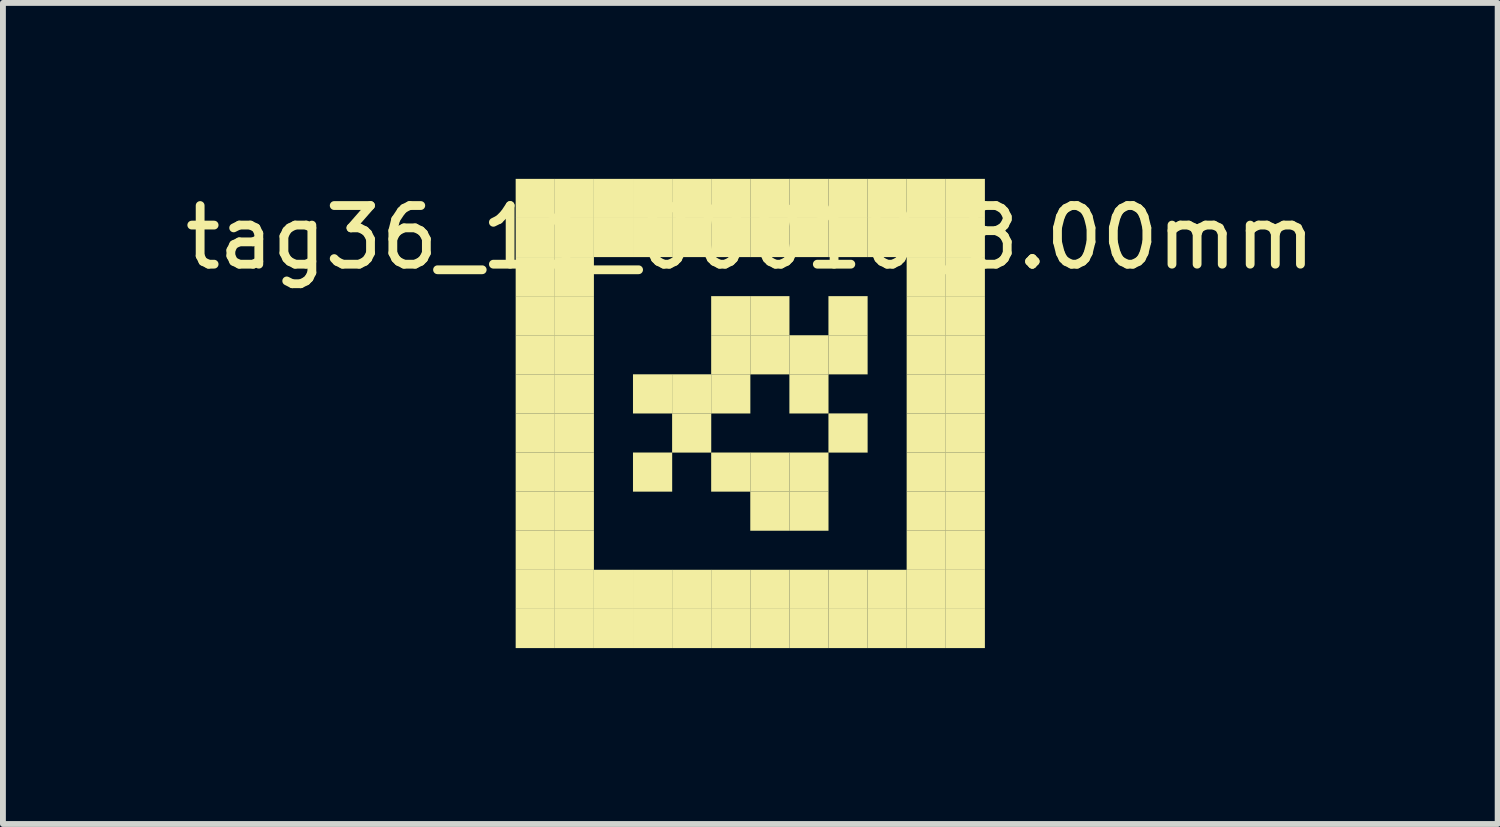
<source format=kicad_pcb>
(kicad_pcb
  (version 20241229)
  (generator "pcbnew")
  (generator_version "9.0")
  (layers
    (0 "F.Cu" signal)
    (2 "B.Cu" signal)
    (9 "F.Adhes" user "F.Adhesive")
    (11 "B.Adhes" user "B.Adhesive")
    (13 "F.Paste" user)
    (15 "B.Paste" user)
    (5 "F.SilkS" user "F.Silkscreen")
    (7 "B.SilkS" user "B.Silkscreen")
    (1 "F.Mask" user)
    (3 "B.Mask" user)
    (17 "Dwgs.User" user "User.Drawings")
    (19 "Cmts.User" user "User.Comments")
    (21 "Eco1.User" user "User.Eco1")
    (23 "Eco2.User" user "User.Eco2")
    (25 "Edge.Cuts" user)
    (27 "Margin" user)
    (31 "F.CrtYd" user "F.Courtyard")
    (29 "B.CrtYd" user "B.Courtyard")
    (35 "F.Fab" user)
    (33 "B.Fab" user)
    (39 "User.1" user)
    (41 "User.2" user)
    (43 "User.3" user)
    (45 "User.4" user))
  (footprint "tag36_11_00010_8.00mm"
    (layer "F.Cu")
    (at 9.744 4)
    (property "Reference" "tag36_11_00010_8.00mm" (at 0 -3 0) (layer "F.SilkS") (effects (font (size 1 1) (thickness 0.15))))
    (attr through_hole)
    (fp_poly (pts (xy -4 -4) (xy -3.333 -4) (xy -3.333 -3.333) (xy -4 -3.333)) (stroke (width 0.001) (type solid)) (fill yes) (layer "F.SilkS"))
    (fp_poly (pts (xy -4 -3.333) (xy -3.333 -3.333) (xy -3.333 -2.667) (xy -4 -2.667)) (stroke (width 0.001) (type solid)) (fill yes) (layer "F.SilkS"))
    (fp_poly (pts (xy -4 -2.667) (xy -3.333 -2.667) (xy -3.333 -2) (xy -4 -2)) (stroke (width 0.001) (type solid)) (fill yes) (layer "F.SilkS"))
    (fp_poly (pts (xy -4 -2) (xy -3.333 -2) (xy -3.333 -1.333) (xy -4 -1.333)) (stroke (width 0.001) (type solid)) (fill yes) (layer "F.SilkS"))
    (fp_poly (pts (xy -4 -1.333) (xy -3.333 -1.333) (xy -3.333 -0.667) (xy -4 -0.667)) (stroke (width 0.001) (type solid)) (fill yes) (layer "F.SilkS"))
    (fp_poly (pts (xy -4 -0.667) (xy -3.333 -0.667) (xy -3.333 0) (xy -4 0)) (stroke (width 0.001) (type solid)) (fill yes) (layer "F.SilkS"))
    (fp_poly (pts (xy -4 0) (xy -3.333 0) (xy -3.333 0.667) (xy -4 0.667)) (stroke (width 0.001) (type solid)) (fill yes) (layer "F.SilkS"))
    (fp_poly (pts (xy -4 0.667) (xy -3.333 0.667) (xy -3.333 1.333) (xy -4 1.333)) (stroke (width 0.001) (type solid)) (fill yes) (layer "F.SilkS"))
    (fp_poly (pts (xy -4 1.333) (xy -3.333 1.333) (xy -3.333 2) (xy -4 2)) (stroke (width 0.001) (type solid)) (fill yes) (layer "F.SilkS"))
    (fp_poly (pts (xy -4 2) (xy -3.333 2) (xy -3.333 2.667) (xy -4 2.667)) (stroke (width 0.001) (type solid)) (fill yes) (layer "F.SilkS"))
    (fp_poly (pts (xy -4 2.667) (xy -3.333 2.667) (xy -3.333 3.333) (xy -4 3.333)) (stroke (width 0.001) (type solid)) (fill yes) (layer "F.SilkS"))
    (fp_poly (pts (xy -4 3.333) (xy -3.333 3.333) (xy -3.333 4) (xy -4 4)) (stroke (width 0.001) (type solid)) (fill yes) (layer "F.SilkS"))
    (fp_poly (pts (xy -3.333 -4) (xy -2.667 -4) (xy -2.667 -3.333) (xy -3.333 -3.333)) (stroke (width 0.001) (type solid)) (fill yes) (layer "F.SilkS"))
    (fp_poly (pts (xy -3.333 -3.333) (xy -2.667 -3.333) (xy -2.667 -2.667) (xy -3.333 -2.667)) (stroke (width 0.001) (type solid)) (fill yes) (layer "F.SilkS"))
    (fp_poly (pts (xy -3.333 -2.667) (xy -2.667 -2.667) (xy -2.667 -2) (xy -3.333 -2)) (stroke (width 0.001) (type solid)) (fill yes) (layer "F.SilkS"))
    (fp_poly (pts (xy -3.333 -2) (xy -2.667 -2) (xy -2.667 -1.333) (xy -3.333 -1.333)) (stroke (width 0.001) (type solid)) (fill yes) (layer "F.SilkS"))
    (fp_poly (pts (xy -3.333 -1.333) (xy -2.667 -1.333) (xy -2.667 -0.667) (xy -3.333 -0.667)) (stroke (width 0.001) (type solid)) (fill yes) (layer "F.SilkS"))
    (fp_poly (pts (xy -3.333 -0.667) (xy -2.667 -0.667) (xy -2.667 0) (xy -3.333 0)) (stroke (width 0.001) (type solid)) (fill yes) (layer "F.SilkS"))
    (fp_poly (pts (xy -3.333 0) (xy -2.667 0) (xy -2.667 0.667) (xy -3.333 0.667)) (stroke (width 0.001) (type solid)) (fill yes) (layer "F.SilkS"))
    (fp_poly (pts (xy -3.333 0.667) (xy -2.667 0.667) (xy -2.667 1.333) (xy -3.333 1.333)) (stroke (width 0.001) (type solid)) (fill yes) (layer "F.SilkS"))
    (fp_poly (pts (xy -3.333 1.333) (xy -2.667 1.333) (xy -2.667 2) (xy -3.333 2)) (stroke (width 0.001) (type solid)) (fill yes) (layer "F.SilkS"))
    (fp_poly (pts (xy -3.333 2) (xy -2.667 2) (xy -2.667 2.667) (xy -3.333 2.667)) (stroke (width 0.001) (type solid)) (fill yes) (layer "F.SilkS"))
    (fp_poly (pts (xy -3.333 2.667) (xy -2.667 2.667) (xy -2.667 3.333) (xy -3.333 3.333)) (stroke (width 0.001) (type solid)) (fill yes) (layer "F.SilkS"))
    (fp_poly (pts (xy -3.333 3.333) (xy -2.667 3.333) (xy -2.667 4) (xy -3.333 4)) (stroke (width 0.001) (type solid)) (fill yes) (layer "F.SilkS"))
    (fp_poly (pts (xy -2.667 -4) (xy -2 -4) (xy -2 -3.333) (xy -2.667 -3.333)) (stroke (width 0.001) (type solid)) (fill yes) (layer "F.SilkS"))
    (fp_poly (pts (xy -2.667 -3.333) (xy -2 -3.333) (xy -2 -2.667) (xy -2.667 -2.667)) (stroke (width 0.001) (type solid)) (fill yes) (layer "F.SilkS"))
    (fp_poly (pts (xy -2.667 2.667) (xy -2 2.667) (xy -2 3.333) (xy -2.667 3.333)) (stroke (width 0.001) (type solid)) (fill yes) (layer "F.SilkS"))
    (fp_poly (pts (xy -2.667 3.333) (xy -2 3.333) (xy -2 4) (xy -2.667 4)) (stroke (width 0.001) (type solid)) (fill yes) (layer "F.SilkS"))
    (fp_poly (pts (xy -2 -4) (xy -1.333 -4) (xy -1.333 -3.333) (xy -2 -3.333)) (stroke (width 0.001) (type solid)) (fill yes) (layer "F.SilkS"))
    (fp_poly (pts (xy -2 -3.333) (xy -1.333 -3.333) (xy -1.333 -2.667) (xy -2 -2.667)) (stroke (width 0.001) (type solid)) (fill yes) (layer "F.SilkS"))
    (fp_poly (pts (xy -2 -0.667) (xy -1.333 -0.667) (xy -1.333 0) (xy -2 0)) (stroke (width 0.001) (type solid)) (fill yes) (layer "F.SilkS"))
    (fp_poly (pts (xy -2 0.667) (xy -1.333 0.667) (xy -1.333 1.333) (xy -2 1.333)) (stroke (width 0.001) (type solid)) (fill yes) (layer "F.SilkS"))
    (fp_poly (pts (xy -2 2.667) (xy -1.333 2.667) (xy -1.333 3.333) (xy -2 3.333)) (stroke (width 0.001) (type solid)) (fill yes) (layer "F.SilkS"))
    (fp_poly (pts (xy -2 3.333) (xy -1.333 3.333) (xy -1.333 4) (xy -2 4)) (stroke (width 0.001) (type solid)) (fill yes) (layer "F.SilkS"))
    (fp_poly (pts (xy -1.333 -4) (xy -0.667 -4) (xy -0.667 -3.333) (xy -1.333 -3.333)) (stroke (width 0.001) (type solid)) (fill yes) (layer "F.SilkS"))
    (fp_poly (pts (xy -1.333 -3.333) (xy -0.667 -3.333) (xy -0.667 -2.667) (xy -1.333 -2.667)) (stroke (width 0.001) (type solid)) (fill yes) (layer "F.SilkS"))
    (fp_poly (pts (xy -1.333 -0.667) (xy -0.667 -0.667) (xy -0.667 0) (xy -1.333 0)) (stroke (width 0.001) (type solid)) (fill yes) (layer "F.SilkS"))
    (fp_poly (pts (xy -1.333 0) (xy -0.667 0) (xy -0.667 0.667) (xy -1.333 0.667)) (stroke (width 0.001) (type solid)) (fill yes) (layer "F.SilkS"))
    (fp_poly (pts (xy -1.333 2.667) (xy -0.667 2.667) (xy -0.667 3.333) (xy -1.333 3.333)) (stroke (width 0.001) (type solid)) (fill yes) (layer "F.SilkS"))
    (fp_poly (pts (xy -1.333 3.333) (xy -0.667 3.333) (xy -0.667 4) (xy -1.333 4)) (stroke (width 0.001) (type solid)) (fill yes) (layer "F.SilkS"))
    (fp_poly (pts (xy -0.667 -4) (xy 0 -4) (xy 0 -3.333) (xy -0.667 -3.333)) (stroke (width 0.001) (type solid)) (fill yes) (layer "F.SilkS"))
    (fp_poly (pts (xy -0.667 -3.333) (xy 0 -3.333) (xy 0 -2.667) (xy -0.667 -2.667)) (stroke (width 0.001) (type solid)) (fill yes) (layer "F.SilkS"))
    (fp_poly (pts (xy -0.667 -2) (xy 0 -2) (xy 0 -1.333) (xy -0.667 -1.333)) (stroke (width 0.001) (type solid)) (fill yes) (layer "F.SilkS"))
    (fp_poly (pts (xy -0.667 -1.333) (xy 0 -1.333) (xy 0 -0.667) (xy -0.667 -0.667)) (stroke (width 0.001) (type solid)) (fill yes) (layer "F.SilkS"))
    (fp_poly (pts (xy -0.667 -0.667) (xy 0 -0.667) (xy 0 0) (xy -0.667 0)) (stroke (width 0.001) (type solid)) (fill yes) (layer "F.SilkS"))
    (fp_poly (pts (xy -0.667 0.667) (xy 0 0.667) (xy 0 1.333) (xy -0.667 1.333)) (stroke (width 0.001) (type solid)) (fill yes) (layer "F.SilkS"))
    (fp_poly (pts (xy -0.667 2.667) (xy 0 2.667) (xy 0 3.333) (xy -0.667 3.333)) (stroke (width 0.001) (type solid)) (fill yes) (layer "F.SilkS"))
    (fp_poly (pts (xy -0.667 3.333) (xy 0 3.333) (xy 0 4) (xy -0.667 4)) (stroke (width 0.001) (type solid)) (fill yes) (layer "F.SilkS"))
    (fp_poly (pts (xy 0 -4) (xy 0.667 -4) (xy 0.667 -3.333) (xy 0 -3.333)) (stroke (width 0.001) (type solid)) (fill yes) (layer "F.SilkS"))
    (fp_poly (pts (xy 0 -3.333) (xy 0.667 -3.333) (xy 0.667 -2.667) (xy 0 -2.667)) (stroke (width 0.001) (type solid)) (fill yes) (layer "F.SilkS"))
    (fp_poly (pts (xy 0 -2) (xy 0.667 -2) (xy 0.667 -1.333) (xy 0 -1.333)) (stroke (width 0.001) (type solid)) (fill yes) (layer "F.SilkS"))
    (fp_poly (pts (xy 0 -1.333) (xy 0.667 -1.333) (xy 0.667 -0.667) (xy 0 -0.667)) (stroke (width 0.001) (type solid)) (fill yes) (layer "F.SilkS"))
    (fp_poly (pts (xy 0 0.667) (xy 0.667 0.667) (xy 0.667 1.333) (xy 0 1.333)) (stroke (width 0.001) (type solid)) (fill yes) (layer "F.SilkS"))
    (fp_poly (pts (xy 0 1.333) (xy 0.667 1.333) (xy 0.667 2) (xy 0 2)) (stroke (width 0.001) (type solid)) (fill yes) (layer "F.SilkS"))
    (fp_poly (pts (xy 0 2.667) (xy 0.667 2.667) (xy 0.667 3.333) (xy 0 3.333)) (stroke (width 0.001) (type solid)) (fill yes) (layer "F.SilkS"))
    (fp_poly (pts (xy 0 3.333) (xy 0.667 3.333) (xy 0.667 4) (xy 0 4)) (stroke (width 0.001) (type solid)) (fill yes) (layer "F.SilkS"))
    (fp_poly (pts (xy 0.667 -4) (xy 1.333 -4) (xy 1.333 -3.333) (xy 0.667 -3.333)) (stroke (width 0.001) (type solid)) (fill yes) (layer "F.SilkS"))
    (fp_poly (pts (xy 0.667 -3.333) (xy 1.333 -3.333) (xy 1.333 -2.667) (xy 0.667 -2.667)) (stroke (width 0.001) (type solid)) (fill yes) (layer "F.SilkS"))
    (fp_poly (pts (xy 0.667 -1.333) (xy 1.333 -1.333) (xy 1.333 -0.667) (xy 0.667 -0.667)) (stroke (width 0.001) (type solid)) (fill yes) (layer "F.SilkS"))
    (fp_poly (pts (xy 0.667 -0.667) (xy 1.333 -0.667) (xy 1.333 0) (xy 0.667 0)) (stroke (width 0.001) (type solid)) (fill yes) (layer "F.SilkS"))
    (fp_poly (pts (xy 0.667 0.667) (xy 1.333 0.667) (xy 1.333 1.333) (xy 0.667 1.333)) (stroke (width 0.001) (type solid)) (fill yes) (layer "F.SilkS"))
    (fp_poly (pts (xy 0.667 1.333) (xy 1.333 1.333) (xy 1.333 2) (xy 0.667 2)) (stroke (width 0.001) (type solid)) (fill yes) (layer "F.SilkS"))
    (fp_poly (pts (xy 0.667 2.667) (xy 1.333 2.667) (xy 1.333 3.333) (xy 0.667 3.333)) (stroke (width 0.001) (type solid)) (fill yes) (layer "F.SilkS"))
    (fp_poly (pts (xy 0.667 3.333) (xy 1.333 3.333) (xy 1.333 4) (xy 0.667 4)) (stroke (width 0.001) (type solid)) (fill yes) (layer "F.SilkS"))
    (fp_poly (pts (xy 1.333 -4) (xy 2 -4) (xy 2 -3.333) (xy 1.333 -3.333)) (stroke (width 0.001) (type solid)) (fill yes) (layer "F.SilkS"))
    (fp_poly (pts (xy 1.333 -3.333) (xy 2 -3.333) (xy 2 -2.667) (xy 1.333 -2.667)) (stroke (width 0.001) (type solid)) (fill yes) (layer "F.SilkS"))
    (fp_poly (pts (xy 1.333 -2) (xy 2 -2) (xy 2 -1.333) (xy 1.333 -1.333)) (stroke (width 0.001) (type solid)) (fill yes) (layer "F.SilkS"))
    (fp_poly (pts (xy 1.333 -1.333) (xy 2 -1.333) (xy 2 -0.667) (xy 1.333 -0.667)) (stroke (width 0.001) (type solid)) (fill yes) (layer "F.SilkS"))
    (fp_poly (pts (xy 1.333 0) (xy 2 0) (xy 2 0.667) (xy 1.333 0.667)) (stroke (width 0.001) (type solid)) (fill yes) (layer "F.SilkS"))
    (fp_poly (pts (xy 1.333 2.667) (xy 2 2.667) (xy 2 3.333) (xy 1.333 3.333)) (stroke (width 0.001) (type solid)) (fill yes) (layer "F.SilkS"))
    (fp_poly (pts (xy 1.333 3.333) (xy 2 3.333) (xy 2 4) (xy 1.333 4)) (stroke (width 0.001) (type solid)) (fill yes) (layer "F.SilkS"))
    (fp_poly (pts (xy 2 -4) (xy 2.667 -4) (xy 2.667 -3.333) (xy 2 -3.333)) (stroke (width 0.001) (type solid)) (fill yes) (layer "F.SilkS"))
    (fp_poly (pts (xy 2 -3.333) (xy 2.667 -3.333) (xy 2.667 -2.667) (xy 2 -2.667)) (stroke (width 0.001) (type solid)) (fill yes) (layer "F.SilkS"))
    (fp_poly (pts (xy 2 2.667) (xy 2.667 2.667) (xy 2.667 3.333) (xy 2 3.333)) (stroke (width 0.001) (type solid)) (fill yes) (layer "F.SilkS"))
    (fp_poly (pts (xy 2 3.333) (xy 2.667 3.333) (xy 2.667 4) (xy 2 4)) (stroke (width 0.001) (type solid)) (fill yes) (layer "F.SilkS"))
    (fp_poly (pts (xy 2.667 -4) (xy 3.333 -4) (xy 3.333 -3.333) (xy 2.667 -3.333)) (stroke (width 0.001) (type solid)) (fill yes) (layer "F.SilkS"))
    (fp_poly (pts (xy 2.667 -3.333) (xy 3.333 -3.333) (xy 3.333 -2.667) (xy 2.667 -2.667)) (stroke (width 0.001) (type solid)) (fill yes) (layer "F.SilkS"))
    (fp_poly (pts (xy 2.667 -2.667) (xy 3.333 -2.667) (xy 3.333 -2) (xy 2.667 -2)) (stroke (width 0.001) (type solid)) (fill yes) (layer "F.SilkS"))
    (fp_poly (pts (xy 2.667 -2) (xy 3.333 -2) (xy 3.333 -1.333) (xy 2.667 -1.333)) (stroke (width 0.001) (type solid)) (fill yes) (layer "F.SilkS"))
    (fp_poly (pts (xy 2.667 -1.333) (xy 3.333 -1.333) (xy 3.333 -0.667) (xy 2.667 -0.667)) (stroke (width 0.001) (type solid)) (fill yes) (layer "F.SilkS"))
    (fp_poly (pts (xy 2.667 -0.667) (xy 3.333 -0.667) (xy 3.333 0) (xy 2.667 0)) (stroke (width 0.001) (type solid)) (fill yes) (layer "F.SilkS"))
    (fp_poly (pts (xy 2.667 0) (xy 3.333 0) (xy 3.333 0.667) (xy 2.667 0.667)) (stroke (width 0.001) (type solid)) (fill yes) (layer "F.SilkS"))
    (fp_poly (pts (xy 2.667 0.667) (xy 3.333 0.667) (xy 3.333 1.333) (xy 2.667 1.333)) (stroke (width 0.001) (type solid)) (fill yes) (layer "F.SilkS"))
    (fp_poly (pts (xy 2.667 1.333) (xy 3.333 1.333) (xy 3.333 2) (xy 2.667 2)) (stroke (width 0.001) (type solid)) (fill yes) (layer "F.SilkS"))
    (fp_poly (pts (xy 2.667 2) (xy 3.333 2) (xy 3.333 2.667) (xy 2.667 2.667)) (stroke (width 0.001) (type solid)) (fill yes) (layer "F.SilkS"))
    (fp_poly (pts (xy 2.667 2.667) (xy 3.333 2.667) (xy 3.333 3.333) (xy 2.667 3.333)) (stroke (width 0.001) (type solid)) (fill yes) (layer "F.SilkS"))
    (fp_poly (pts (xy 2.667 3.333) (xy 3.333 3.333) (xy 3.333 4) (xy 2.667 4)) (stroke (width 0.001) (type solid)) (fill yes) (layer "F.SilkS"))
    (fp_poly (pts (xy 3.333 -4) (xy 4 -4) (xy 4 -3.333) (xy 3.333 -3.333)) (stroke (width 0.001) (type solid)) (fill yes) (layer "F.SilkS"))
    (fp_poly (pts (xy 3.333 -3.333) (xy 4 -3.333) (xy 4 -2.667) (xy 3.333 -2.667)) (stroke (width 0.001) (type solid)) (fill yes) (layer "F.SilkS"))
    (fp_poly (pts (xy 3.333 -2.667) (xy 4 -2.667) (xy 4 -2) (xy 3.333 -2)) (stroke (width 0.001) (type solid)) (fill yes) (layer "F.SilkS"))
    (fp_poly (pts (xy 3.333 -2) (xy 4 -2) (xy 4 -1.333) (xy 3.333 -1.333)) (stroke (width 0.001) (type solid)) (fill yes) (layer "F.SilkS"))
    (fp_poly (pts (xy 3.333 -1.333) (xy 4 -1.333) (xy 4 -0.667) (xy 3.333 -0.667)) (stroke (width 0.001) (type solid)) (fill yes) (layer "F.SilkS"))
    (fp_poly (pts (xy 3.333 -0.667) (xy 4 -0.667) (xy 4 0) (xy 3.333 0)) (stroke (width 0.001) (type solid)) (fill yes) (layer "F.SilkS"))
    (fp_poly (pts (xy 3.333 0) (xy 4 0) (xy 4 0.667) (xy 3.333 0.667)) (stroke (width 0.001) (type solid)) (fill yes) (layer "F.SilkS"))
    (fp_poly (pts (xy 3.333 0.667) (xy 4 0.667) (xy 4 1.333) (xy 3.333 1.333)) (stroke (width 0.001) (type solid)) (fill yes) (layer "F.SilkS"))
    (fp_poly (pts (xy 3.333 1.333) (xy 4 1.333) (xy 4 2) (xy 3.333 2)) (stroke (width 0.001) (type solid)) (fill yes) (layer "F.SilkS"))
    (fp_poly (pts (xy 3.333 2) (xy 4 2) (xy 4 2.667) (xy 3.333 2.667)) (stroke (width 0.001) (type solid)) (fill yes) (layer "F.SilkS"))
    (fp_poly (pts (xy 3.333 2.667) (xy 4 2.667) (xy 4 3.333) (xy 3.333 3.333)) (stroke (width 0.001) (type solid)) (fill yes) (layer "F.SilkS"))
    (fp_poly (pts (xy 3.333 3.333) (xy 4 3.333) (xy 4 4) (xy 3.333 4)) (stroke (width 0.001) (type solid)) (fill yes) (layer "F.SilkS")))
  (gr_rect
    (start -3 -3)
    (end 22.488 11.001)
    (stroke (width 0.1) (type default))
    (fill no)
    (layer "Edge.Cuts")))
</source>
